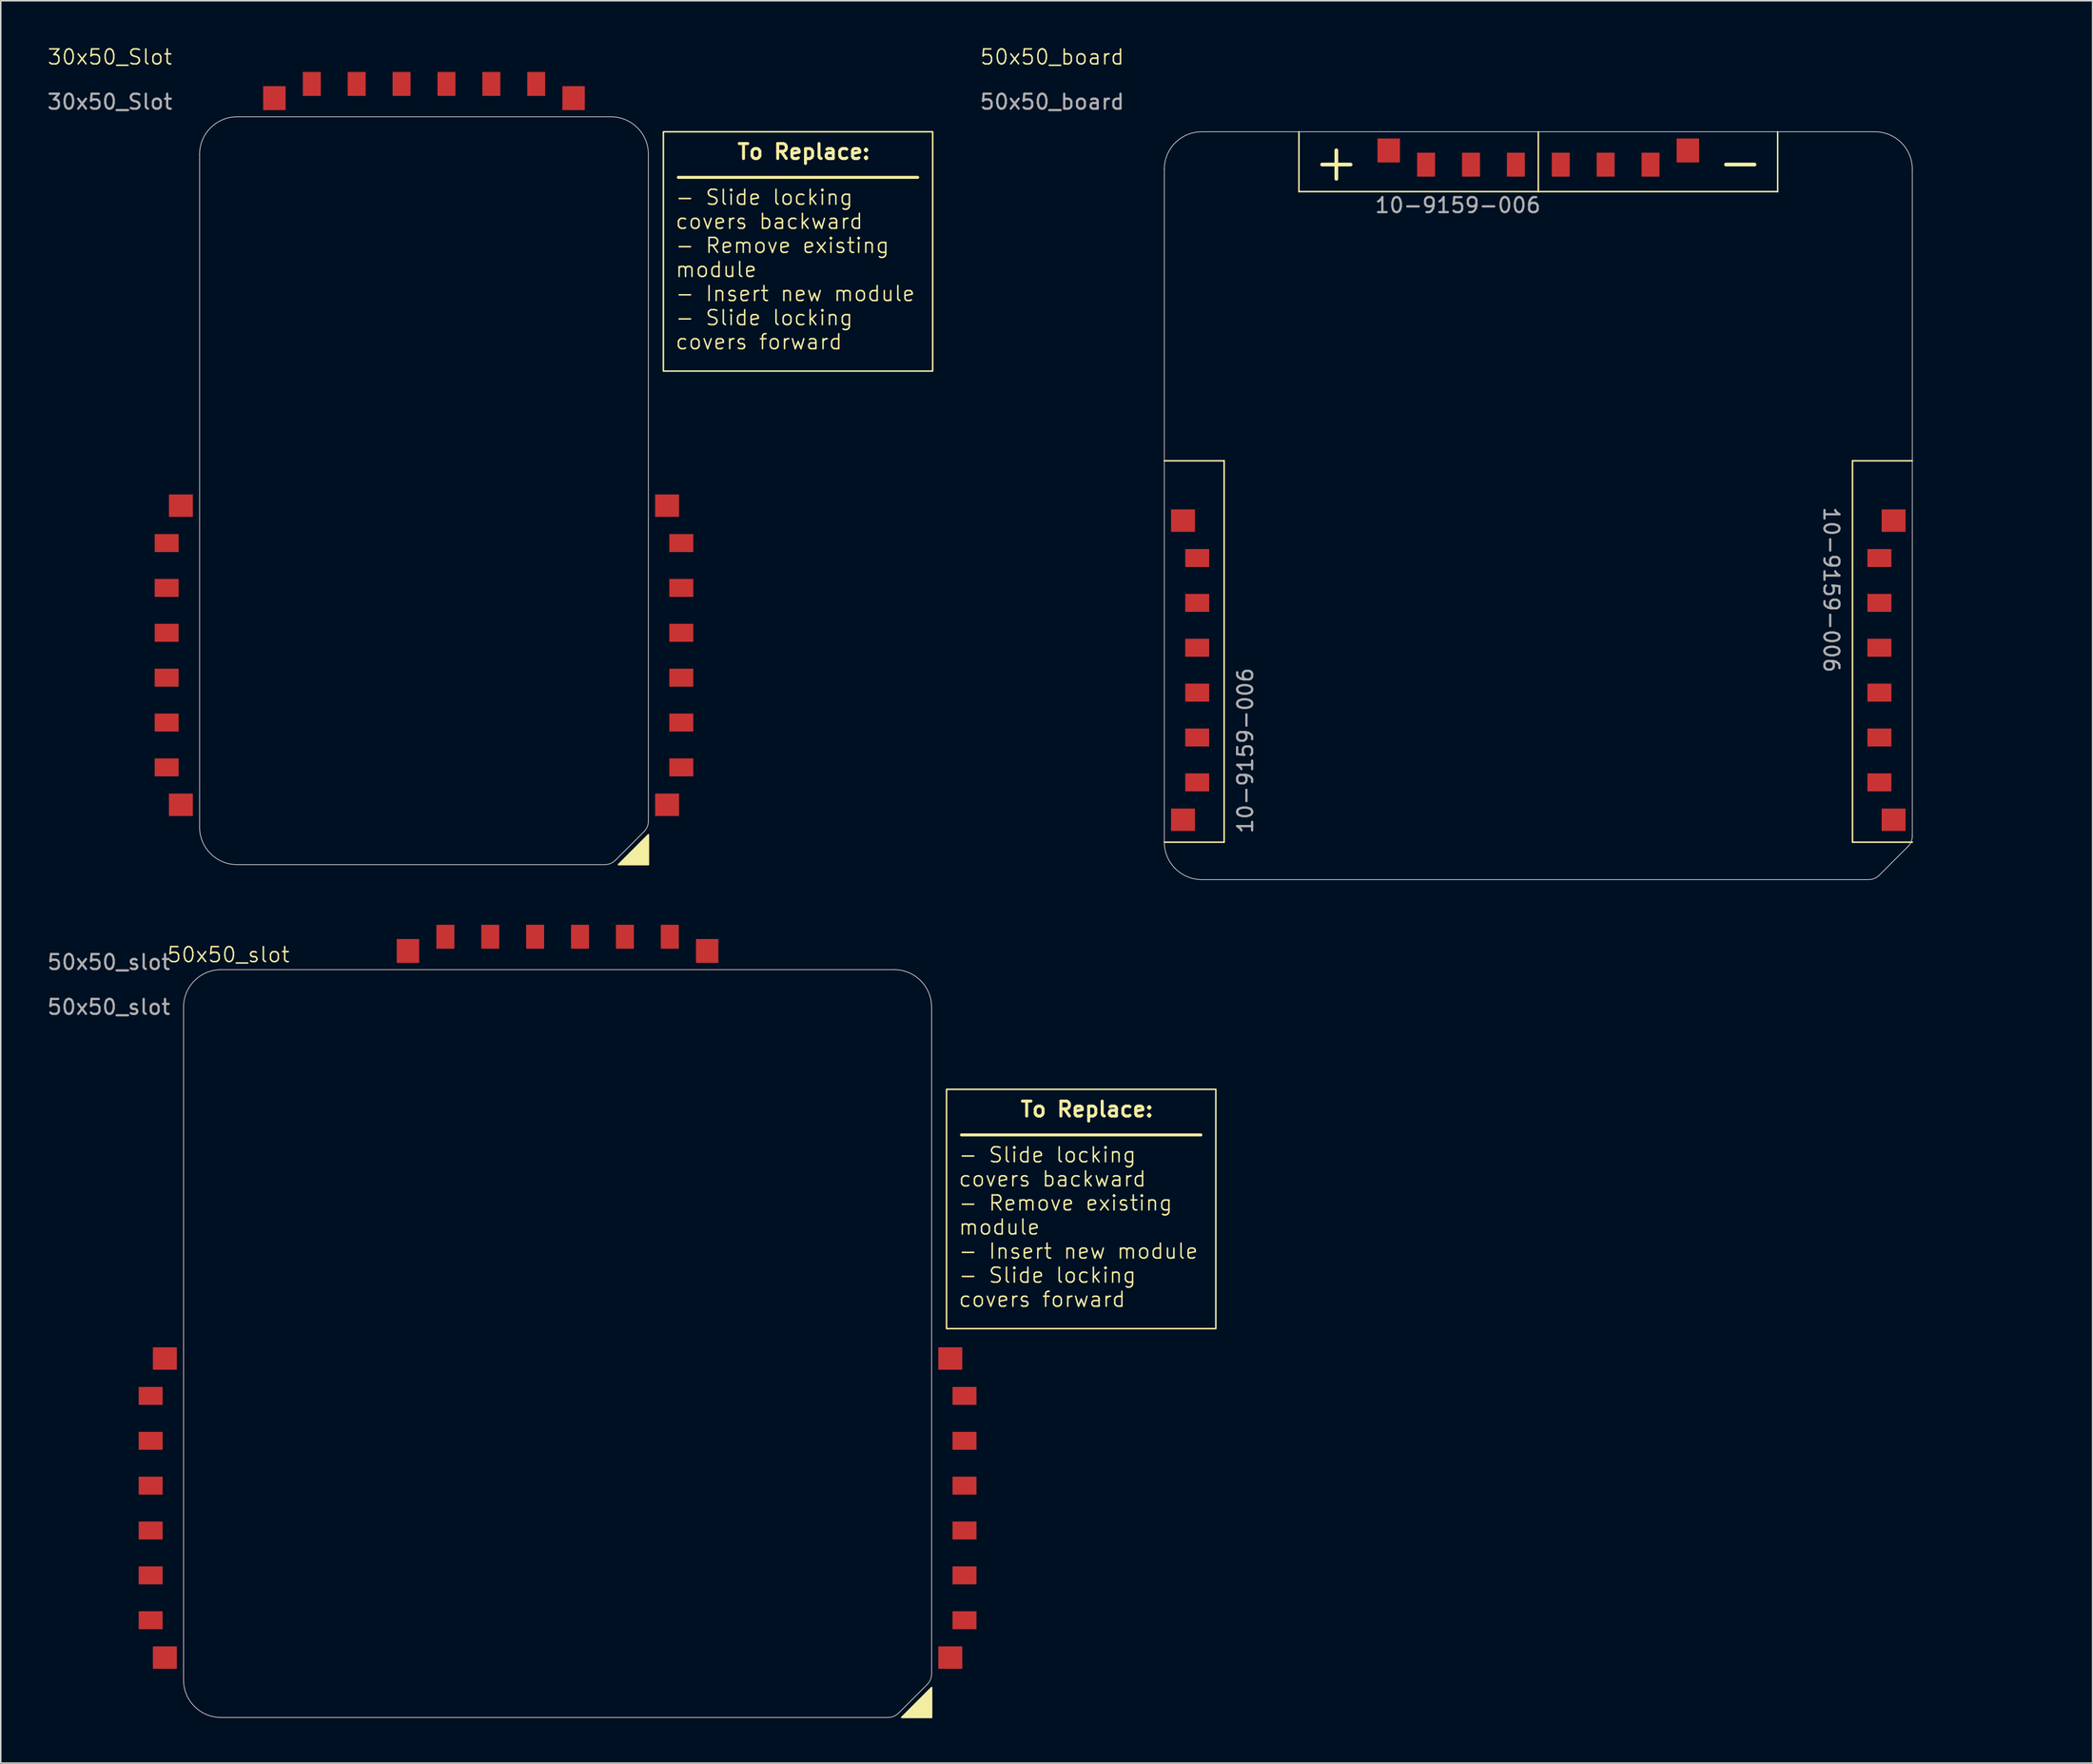
<source format=kicad_pcb>
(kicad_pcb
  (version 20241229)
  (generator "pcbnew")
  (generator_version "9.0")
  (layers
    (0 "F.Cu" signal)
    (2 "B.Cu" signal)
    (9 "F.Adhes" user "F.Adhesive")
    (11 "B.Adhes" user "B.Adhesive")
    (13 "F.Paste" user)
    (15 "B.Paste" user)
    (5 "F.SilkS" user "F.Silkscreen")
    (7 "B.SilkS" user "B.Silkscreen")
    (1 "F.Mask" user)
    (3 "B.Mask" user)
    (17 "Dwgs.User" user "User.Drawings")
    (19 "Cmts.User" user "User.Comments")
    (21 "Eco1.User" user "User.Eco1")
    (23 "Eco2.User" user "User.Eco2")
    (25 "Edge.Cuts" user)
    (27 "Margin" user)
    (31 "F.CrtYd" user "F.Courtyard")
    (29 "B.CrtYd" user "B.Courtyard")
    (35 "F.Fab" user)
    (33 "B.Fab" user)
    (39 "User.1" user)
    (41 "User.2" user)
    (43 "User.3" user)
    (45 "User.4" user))
  (footprint "50x50_board"
    (layer "F.Cu")
    (at 74.776 5.761)
    (property "Reference" "50x50_board" (at -7.5 -5 0) (unlocked yes) (layer "F.SilkS") (effects (font (size 1 1) (thickness 0.1))))
    (attr smd)
    (fp_line (start 4 22) (end 0 22) (stroke (width 0.1) (type default)) (layer "F.SilkS"))
    (fp_line (start 4 22) (end 4 47.5) (stroke (width 0.1) (type default)) (layer "F.SilkS"))
    (fp_line (start 4 47.5) (end 0 47.5) (stroke (width 0.1) (type default)) (layer "F.SilkS"))
    (fp_line (start 9 4) (end 9 0) (stroke (width 0.1) (type default)) (layer "F.SilkS"))
    (fp_line (start 25 0) (end 25 4) (stroke (width 0.1) (type default)) (layer "F.SilkS"))
    (fp_line (start 25 4) (end 9 4) (stroke (width 0.1) (type default)) (layer "F.SilkS"))
    (fp_line (start 25 4) (end 41 4) (stroke (width 0.1) (type default)) (layer "F.SilkS"))
    (fp_line (start 41 4) (end 41 0) (stroke (width 0.1) (type default)) (layer "F.SilkS"))
    (fp_line (start 46 22) (end 50 22) (stroke (width 0.1) (type default)) (layer "F.SilkS"))
    (fp_line (start 46 47.5) (end 46 22) (stroke (width 0.1) (type default)) (layer "F.SilkS"))
    (fp_line (start 46 47.5) (end 50 47.5) (stroke (width 0.1) (type default)) (layer "F.SilkS"))
    (fp_line (start 0 47.5) (end 0 2.5) (stroke (width 0.05) (type default)) (layer "Edge.Cuts"))
    (fp_line (start 2.5 0) (end 47.5 0) (stroke (width 0.05) (type default)) (layer "Edge.Cuts"))
    (fp_line (start 47.086 50) (end 2.5 50) (stroke (width 0.05) (type default)) (layer "Edge.Cuts"))
    (fp_line (start 49.707 47.793) (end 47.793 49.707) (stroke (width 0.05) (type default)) (layer "Edge.Cuts"))
    (fp_line (start 50 2.5) (end 50 47.086) (stroke (width 0.05) (type default)) (layer "Edge.Cuts"))
    (fp_arc (start 0 2.5) (mid 0.732233 0.732233) (end 2.5 0) (stroke (width 0.05) (type default)) (layer "Edge.Cuts"))
    (fp_arc (start 2.5 50) (mid 0.732233 49.267767) (end 0 47.5) (stroke (width 0.05) (type default)) (layer "Edge.Cuts"))
    (fp_arc (start 47.5 0) (mid 49.267796 0.732204) (end 50 2.5) (stroke (width 0.05) (type default)) (layer "Edge.Cuts"))
    (fp_arc (start 47.792893 49.707107) (mid 47.468455 49.923845) (end 47.085786 50) (stroke (width 0.05) (type default)) (layer "Edge.Cuts"))
    (fp_arc (start 50 47.085786) (mid 49.923884 47.468471) (end 49.707107 47.792893) (stroke (width 0.05) (type default)) (layer "Edge.Cuts"))
    (fp_text user "-" (at 38.5 2 0) (unlocked yes) (layer "F.SilkS") (effects (font (size 2.5 2.5) (thickness 0.25))))
    (fp_text user "+" (at 11.5 2 0) (unlocked yes) (layer "F.SilkS") (effects (font (size 2.5 2.5) (thickness 0.25))))
    (fp_text user "10-9159-006" (at 44 25 270) (unlocked yes) (layer "F.Fab") (effects (font (size 1 1) (thickness 0.15)) (justify left bottom)))
    (fp_text user "10-9159-006" (at 6 47 90) (unlocked yes) (layer "F.Fab") (effects (font (size 1 1) (thickness 0.15)) (justify left bottom)))
    (fp_text user "10-9159-006" (at 14 5.5 0) (unlocked yes) (layer "F.Fab") (effects (font (size 1 1) (thickness 0.15)) (justify left bottom)))
    (fp_text user "${REFERENCE}" (at -7.5 -2 0) (unlocked yes) (layer "F.Fab") (effects (font (size 1 1) (thickness 0.15))))
    (fp_text_box "NOTE: INDICATE WHETHER THIS IS POSITIVE OR NEAGTIVE TERMINAL" (start -9 47.5) (end -0.5 29) (margins 0.8 0.8 0.8 0.8) (angle 90) (layer "User.2") (effects (font (size 1 1) (thickness 0.15)) (justify left top)) (border yes) (stroke (width 0.1) (type solid)))
    (fp_text_box "NOTE: INDICATE WHETHER THIS IS POSITIVE OR NEAGTIVE TERMINAL" (start 59 28.75) (end 50.5 47.25) (margins 0.8 0.8 0.8 0.8) (angle 270) (layer "User.2") (effects (font (size 1 1) (thickness 0.15)) (justify left top)) (border yes) (stroke (width 0.1) (type solid)))
    (pad "" smd rect (at 1.25 26 180) (size 1.6 1.5) (layers "F.Cu" "F.Mask" "F.Paste"))
    (pad "" smd rect (at 1.25 46 180) (size 1.6 1.5) (layers "F.Cu" "F.Mask" "F.Paste"))
    (pad "" smd rect (at 15 1.25 270) (size 1.6 1.5) (layers "F.Cu" "F.Mask" "F.Paste"))
    (pad "" smd rect (at 35 1.25 270) (size 1.6 1.5) (layers "F.Cu" "F.Mask" "F.Paste"))
    (pad "" smd rect (at 48.75 26) (size 1.6 1.5) (layers "F.Cu" "F.Mask" "F.Paste"))
    (pad "" smd rect (at 48.75 46) (size 1.6 1.5) (layers "F.Cu" "F.Mask" "F.Paste"))
    (pad "1" smd rect (at 17.5 2.2 180) (size 1.2 1.6) (layers "F.Cu" "F.Mask" "F.Paste"))
    (pad "2" smd rect (at 20.5 2.2 180) (size 1.2 1.6) (layers "F.Cu" "F.Mask" "F.Paste"))
    (pad "3" smd rect (at 23.5 2.2 180) (size 1.2 1.6) (layers "F.Cu" "F.Mask" "F.Paste"))
    (pad "4" smd rect (at 26.5 2.2 180) (size 1.2 1.6) (layers "F.Cu" "F.Mask" "F.Paste"))
    (pad "5" smd rect (at 29.5 2.2 180) (size 1.2 1.6) (layers "F.Cu" "F.Mask" "F.Paste"))
    (pad "6" smd rect (at 32.5 2.2 180) (size 1.2 1.6) (layers "F.Cu" "F.Mask" "F.Paste"))
    (pad "7" smd rect (at 2.2 28.5 270) (size 1.2 1.6) (layers "F.Cu" "F.Mask" "F.Paste"))
    (pad "8" smd rect (at 2.2 31.5 270) (size 1.2 1.6) (layers "F.Cu" "F.Mask" "F.Paste"))
    (pad "9" smd rect (at 2.2 34.5 270) (size 1.2 1.6) (layers "F.Cu" "F.Mask" "F.Paste"))
    (pad "10" smd rect (at 2.2 37.5 270) (size 1.2 1.6) (layers "F.Cu" "F.Mask" "F.Paste"))
    (pad "11" smd rect (at 2.2 40.5 270) (size 1.2 1.6) (layers "F.Cu" "F.Mask" "F.Paste"))
    (pad "12" smd rect (at 2.2 43.5 270) (size 1.2 1.6) (layers "F.Cu" "F.Mask" "F.Paste"))
    (pad "13" smd rect (at 47.8 43.5 90) (size 1.2 1.6) (layers "F.Cu" "F.Mask" "F.Paste"))
    (pad "14" smd rect (at 47.8 40.5 90) (size 1.2 1.6) (layers "F.Cu" "F.Mask" "F.Paste"))
    (pad "15" smd rect (at 47.8 37.5 90) (size 1.2 1.6) (layers "F.Cu" "F.Mask" "F.Paste"))
    (pad "16" smd rect (at 47.8 34.5 90) (size 1.2 1.6) (layers "F.Cu" "F.Mask" "F.Paste"))
    (pad "17" smd rect (at 47.8 31.5 90) (size 1.2 1.6) (layers "F.Cu" "F.Mask" "F.Paste"))
    (pad "18" smd rect (at 47.8 28.5 90) (size 1.2 1.6) (layers "F.Cu" "F.Mask" "F.Paste")))
  (footprint "30x50_Slot"
    (layer "F.Cu")
    (at 10.292 4.761)
    (property "Reference" "30x50_Slot" (at -6 -4 0) (unlocked yes) (layer "F.SilkS") (effects (font (size 1 1) (thickness 0.1))))
    (attr smd)
    (fp_line (start 32 4.05) (end 48 4.05) (stroke (width 0.2) (type default)) (layer "F.SilkS"))
    (fp_poly (pts (xy 30 48) (xy 28 50) (xy 30 50)) (stroke (width 0.1) (type solid)) (fill yes) (layer "F.SilkS"))
    (fp_line (start 0 47.5) (end 0 2.5) (stroke (width 0.05) (type default)) (layer "Edge.Cuts"))
    (fp_line (start 2.5 0) (end 27.5 0) (stroke (width 0.05) (type default)) (layer "Edge.Cuts"))
    (fp_line (start 27.086 50) (end 2.5 50) (stroke (width 0.05) (type default)) (layer "Edge.Cuts"))
    (fp_line (start 29.707 47.793) (end 27.793 49.707) (stroke (width 0.05) (type default)) (layer "Edge.Cuts"))
    (fp_line (start 30 2.5) (end 30 47.086) (stroke (width 0.05) (type default)) (layer "Edge.Cuts"))
    (fp_arc (start 0 2.5) (mid 0.732233 0.732233) (end 2.5 0) (stroke (width 0.05) (type default)) (layer "Edge.Cuts"))
    (fp_arc (start 2.5 50) (mid 0.732233 49.267767) (end 0 47.5) (stroke (width 0.05) (type default)) (layer "Edge.Cuts"))
    (fp_arc (start 27.5 0) (mid 29.267767 0.732233) (end 30 2.5) (stroke (width 0.05) (type default)) (layer "Edge.Cuts"))
    (fp_arc (start 27.792893 49.707107) (mid 27.468468 49.923875) (end 27.085786 50) (stroke (width 0.05) (type default)) (layer "Edge.Cuts"))
    (fp_arc (start 30 47.085786) (mid 29.923884 47.468471) (end 29.707107 47.792893) (stroke (width 0.05) (type default)) (layer "Edge.Cuts"))
    (fp_text user "${REFERENCE}" (at -6 -1 0) (unlocked yes) (layer "F.Fab") (effects (font (size 1 1) (thickness 0.15))))
    (fp_text_box "- Slide locking covers backward\n- Remove existing module\n- Insert new module\n- Slide locking covers forward" (start 31 4.05) (end 49 16.05) (margins 0.75 0.75 0.75 0.75) (layer "F.SilkS") (effects (font (size 1 1) (thickness 0.1)) (justify left top)) (border no) (stroke (width -0.000001) (type solid)))
    (fp_text_box " To Replace:\n\n" (start 31 1) (end 49 17) (margins 0.8 0.8 0.8 0.8) (layer "F.SilkS") (effects (font (size 1 1) (thickness 0.2) (bold yes)) (justify top)) (border yes) (stroke (width 0.1) (type solid)))
    (pad "" smd rect (at -1.25 26 180) (size 1.6 1.5) (layers "F.Cu" "F.Mask" "F.Paste"))
    (pad "" smd rect (at -1.25 46 180) (size 1.6 1.5) (layers "F.Cu" "F.Mask" "F.Paste"))
    (pad "" smd rect (at 5 -1.25 90) (size 1.6 1.5) (layers "F.Cu" "F.Mask" "F.Paste"))
    (pad "" smd rect (at 25 -1.25 90) (size 1.6 1.5) (layers "F.Cu" "F.Mask" "F.Paste"))
    (pad "" smd rect (at 31.25 26) (size 1.6 1.5) (layers "F.Cu" "F.Mask" "F.Paste"))
    (pad "" smd rect (at 31.25 46) (size 1.6 1.5) (layers "F.Cu" "F.Mask" "F.Paste"))
    (pad "1" smd rect (at 22.5 -2.2 180) (size 1.2 1.6) (layers "F.Cu" "F.Mask" "F.Paste"))
    (pad "2" smd rect (at 19.5 -2.2 180) (size 1.2 1.6) (layers "F.Cu" "F.Mask" "F.Paste"))
    (pad "3" smd rect (at 16.5 -2.2 180) (size 1.2 1.6) (layers "F.Cu" "F.Mask" "F.Paste"))
    (pad "4" smd rect (at 13.5 -2.2 180) (size 1.2 1.6) (layers "F.Cu" "F.Mask" "F.Paste"))
    (pad "5" smd rect (at 10.5 -2.2 180) (size 1.2 1.6) (layers "F.Cu" "F.Mask" "F.Paste"))
    (pad "6" smd rect (at 7.5 -2.2 180) (size 1.2 1.6) (layers "F.Cu" "F.Mask" "F.Paste"))
    (pad "7" smd rect (at -2.2 28.5 270) (size 1.2 1.6) (layers "F.Cu" "F.Mask" "F.Paste"))
    (pad "8" smd rect (at -2.2 31.5 270) (size 1.2 1.6) (layers "F.Cu" "F.Mask" "F.Paste"))
    (pad "9" smd rect (at -2.2 34.5 270) (size 1.2 1.6) (layers "F.Cu" "F.Mask" "F.Paste"))
    (pad "10" smd rect (at -2.2 37.5 270) (size 1.2 1.6) (layers "F.Cu" "F.Mask" "F.Paste"))
    (pad "11" smd rect (at -2.2 40.5 270) (size 1.2 1.6) (layers "F.Cu" "F.Mask" "F.Paste"))
    (pad "12" smd rect (at -2.2 43.5 270) (size 1.2 1.6) (layers "F.Cu" "F.Mask" "F.Paste"))
    (pad "13" smd rect (at 32.2 43.5 90) (size 1.2 1.6) (layers "F.Cu" "F.Mask" "F.Paste"))
    (pad "14" smd rect (at 32.2 40.5 90) (size 1.2 1.6) (layers "F.Cu" "F.Mask" "F.Paste"))
    (pad "15" smd rect (at 32.2 37.5 90) (size 1.2 1.6) (layers "F.Cu" "F.Mask" "F.Paste"))
    (pad "16" smd rect (at 32.2 34.5 90) (size 1.2 1.6) (layers "F.Cu" "F.Mask" "F.Paste"))
    (pad "17" smd rect (at 32.2 31.5 90) (size 1.2 1.6) (layers "F.Cu" "F.Mask" "F.Paste"))
    (pad "18" smd rect (at 32.2 28.5 90) (size 1.2 1.6) (layers "F.Cu" "F.Mask" "F.Paste")))
  (footprint "50x50_slot"
    (layer "F.Cu")
    (at 9.22 61.785)
    (property "Reference" "50x50_slot" (at 3 -1 0) (unlocked yes) (layer "F.SilkS") (effects (font (size 1 1) (thickness 0.1))))
    (attr smd)
    (fp_line (start 52 11.05) (end 68 11.05) (stroke (width 0.2) (type default)) (layer "F.SilkS"))
    (fp_poly (pts (xy 50 48) (xy 48 50) (xy 50 50)) (stroke (width 0.1) (type solid)) (fill yes) (layer "F.SilkS"))
    (fp_line (start 0 47.5) (end 0 2.5) (stroke (width 0.05) (type default)) (layer "Edge.Cuts"))
    (fp_line (start 2.5 0) (end 47.5 0) (stroke (width 0.05) (type default)) (layer "Edge.Cuts"))
    (fp_line (start 47.086 50) (end 2.5 50) (stroke (width 0.05) (type default)) (layer "Edge.Cuts"))
    (fp_line (start 49.707 47.793) (end 47.793 49.707) (stroke (width 0.05) (type default)) (layer "Edge.Cuts"))
    (fp_line (start 50 2.5) (end 50 47.086) (stroke (width 0.05) (type default)) (layer "Edge.Cuts"))
    (fp_arc (start 0 2.5) (mid 0.732233 0.732233) (end 2.5 0) (stroke (width 0.05) (type default)) (layer "Edge.Cuts"))
    (fp_arc (start 2.5 50) (mid 0.732233 49.267767) (end 0 47.5) (stroke (width 0.05) (type default)) (layer "Edge.Cuts"))
    (fp_arc (start 47.5 0) (mid 49.267796 0.732204) (end 50 2.5) (stroke (width 0.05) (type default)) (layer "Edge.Cuts"))
    (fp_arc (start 47.792893 49.707107) (mid 47.468459 49.923855) (end 47.085786 50) (stroke (width 0.05) (type default)) (layer "Edge.Cuts"))
    (fp_arc (start 50 47.085786) (mid 49.923877 47.468469) (end 49.707107 47.792893) (stroke (width 0.05) (type default)) (layer "Edge.Cuts"))
    (fp_text user "${REFERENCE}" (at -5 -0.5 0) (unlocked yes) (layer "F.Fab") (effects (font (size 1 1) (thickness 0.15))))
    (fp_text user "${REFERENCE}" (at -5 2.5 0) (unlocked yes) (layer "F.Fab") (effects (font (size 1 1) (thickness 0.15))))
    (fp_text_box " To Replace:\n\n" (start 51 8) (end 69 24) (margins 0.8 0.8 0.8 0.8) (layer "F.SilkS") (effects (font (size 1 1) (thickness 0.2) (bold yes)) (justify top)) (border yes) (stroke (width 0.1) (type solid)))
    (fp_text_box "- Slide locking covers backward\n- Remove existing module\n- Insert new module\n- Slide locking covers forward" (start 51 11.05) (end 69 23.05) (margins 0.75 0.75 0.75 0.75) (layer "F.SilkS") (effects (font (size 1 1) (thickness 0.1)) (justify left top)) (border no) (stroke (width -0.000001) (type solid)))
    (pad "" smd rect (at -1.25 26 180) (size 1.6 1.5) (layers "F.Cu" "F.Mask" "F.Paste"))
    (pad "" smd rect (at -1.25 46 180) (size 1.6 1.5) (layers "F.Cu" "F.Mask" "F.Paste"))
    (pad "" smd rect (at 15 -1.25 90) (size 1.6 1.5) (layers "F.Cu" "F.Mask" "F.Paste"))
    (pad "" smd rect (at 35 -1.25 90) (size 1.6 1.5) (layers "F.Cu" "F.Mask" "F.Paste"))
    (pad "" smd rect (at 51.25 26) (size 1.6 1.5) (layers "F.Cu" "F.Mask" "F.Paste"))
    (pad "" smd rect (at 51.25 46) (size 1.6 1.5) (layers "F.Cu" "F.Mask" "F.Paste"))
    (pad "1" smd rect (at 17.5 -2.2 180) (size 1.2 1.6) (layers "F.Cu" "F.Mask" "F.Paste"))
    (pad "2" smd rect (at 20.5 -2.2 180) (size 1.2 1.6) (layers "F.Cu" "F.Mask" "F.Paste"))
    (pad "3" smd rect (at 23.5 -2.2 180) (size 1.2 1.6) (layers "F.Cu" "F.Mask" "F.Paste"))
    (pad "4" smd rect (at 26.5 -2.2 180) (size 1.2 1.6) (layers "F.Cu" "F.Mask" "F.Paste"))
    (pad "5" smd rect (at 29.5 -2.2 180) (size 1.2 1.6) (layers "F.Cu" "F.Mask" "F.Paste"))
    (pad "6" smd rect (at 32.5 -2.2 180) (size 1.2 1.6) (layers "F.Cu" "F.Mask" "F.Paste"))
    (pad "7" smd rect (at -2.2 28.5 270) (size 1.2 1.6) (layers "F.Cu" "F.Mask" "F.Paste"))
    (pad "8" smd rect (at -2.2 31.5 270) (size 1.2 1.6) (layers "F.Cu" "F.Mask" "F.Paste"))
    (pad "9" smd rect (at -2.2 34.5 270) (size 1.2 1.6) (layers "F.Cu" "F.Mask" "F.Paste"))
    (pad "10" smd rect (at -2.2 37.5 270) (size 1.2 1.6) (layers "F.Cu" "F.Mask" "F.Paste"))
    (pad "11" smd rect (at -2.2 40.5 270) (size 1.2 1.6) (layers "F.Cu" "F.Mask" "F.Paste"))
    (pad "12" smd rect (at -2.2 43.5 270) (size 1.2 1.6) (layers "F.Cu" "F.Mask" "F.Paste"))
    (pad "13" smd rect (at 52.2 43.5 90) (size 1.2 1.6) (layers "F.Cu" "F.Mask" "F.Paste"))
    (pad "14" smd rect (at 52.2 40.5 90) (size 1.2 1.6) (layers "F.Cu" "F.Mask" "F.Paste"))
    (pad "15" smd rect (at 52.2 37.5 90) (size 1.2 1.6) (layers "F.Cu" "F.Mask" "F.Paste"))
    (pad "16" smd rect (at 52.2 34.5 90) (size 1.2 1.6) (layers "F.Cu" "F.Mask" "F.Paste"))
    (pad "17" smd rect (at 52.2 31.5 90) (size 1.2 1.6) (layers "F.Cu" "F.Mask" "F.Paste"))
    (pad "18" smd rect (at 52.2 28.5 90) (size 1.2 1.6) (layers "F.Cu" "F.Mask" "F.Paste")))
  (gr_rect
    (start -3 -3)
    (end 136.826 114.835)
    (stroke (width 0.1) (type default))
    (fill no)
    (layer "Edge.Cuts")))
</source>
